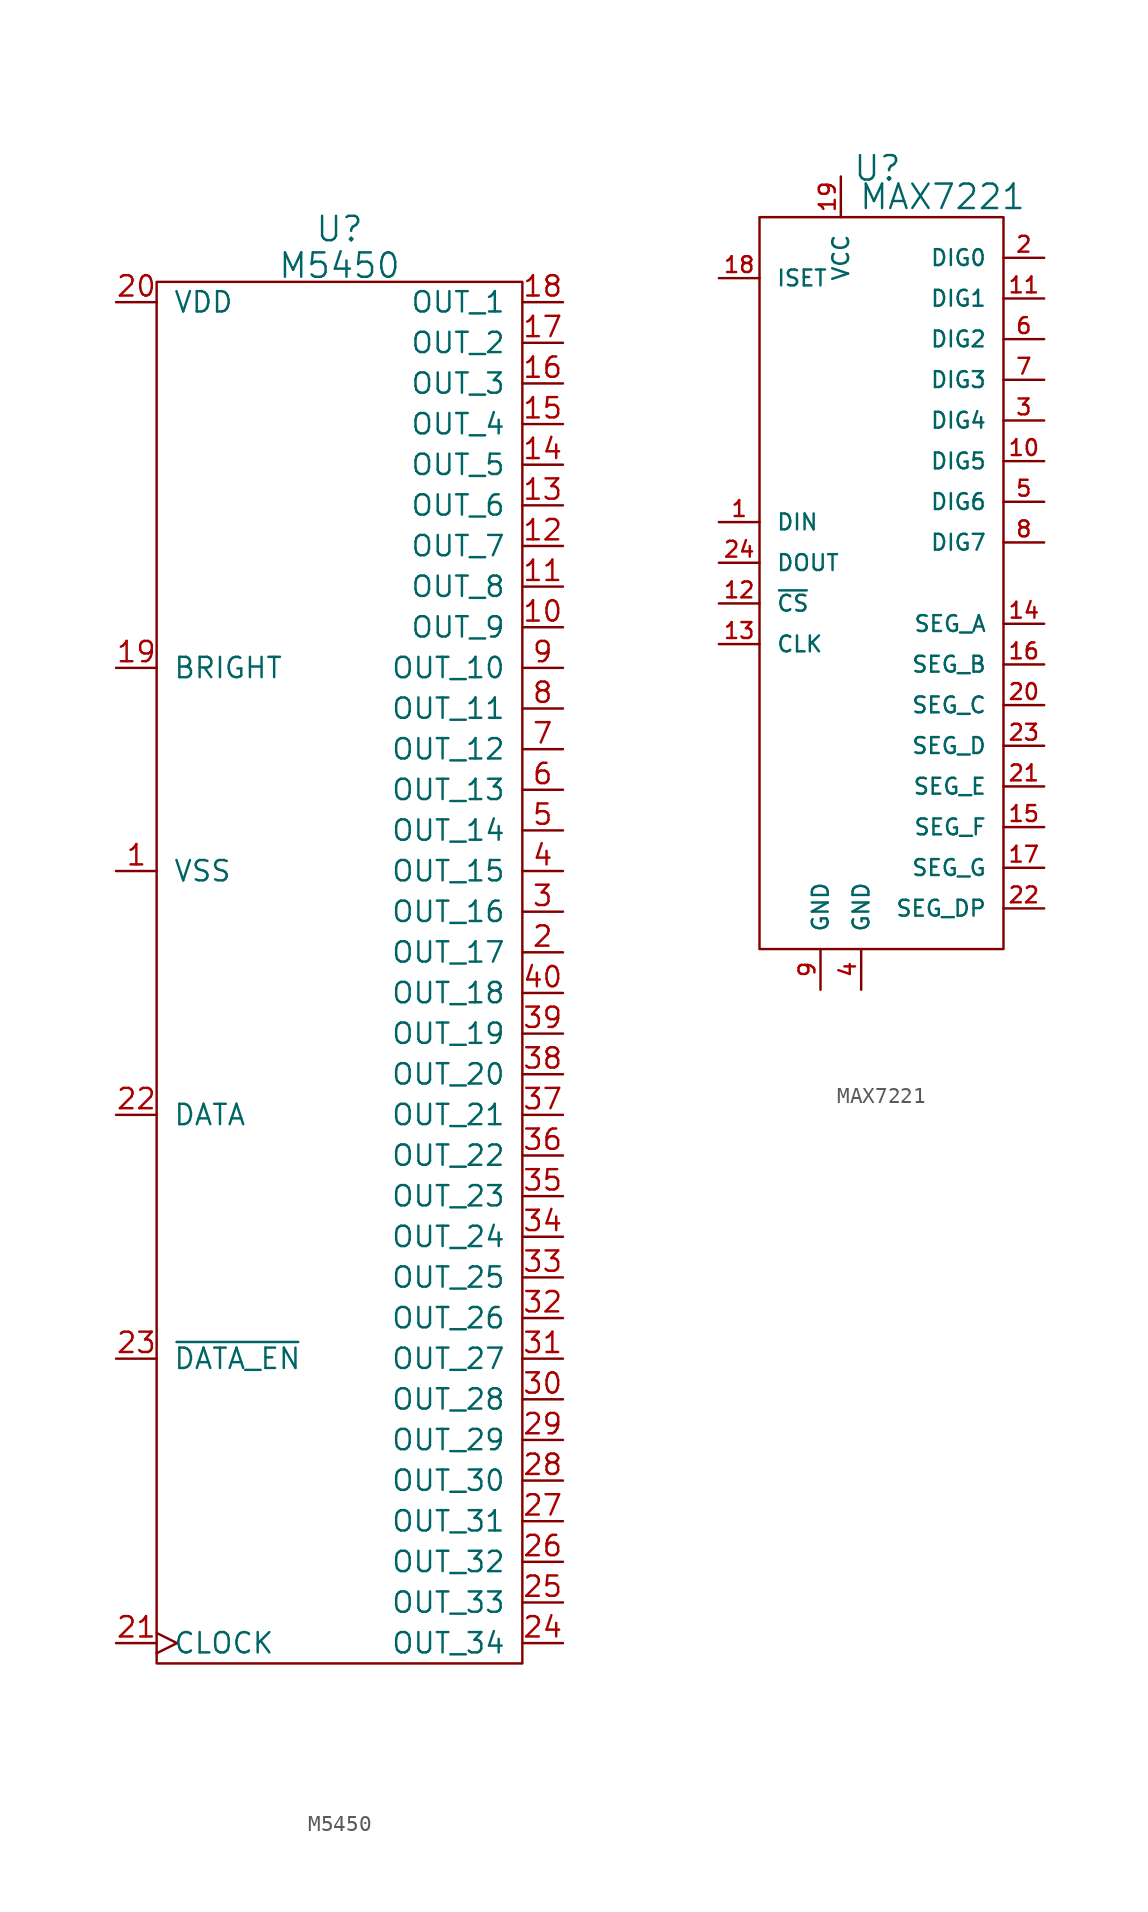
<source format=kicad_sym>
(kicad_symbol_lib
  (version 20220914)
  (generator kicad_symbol_editor)
  (symbol "M5450"
    (pin_names
      (offset 1.016))
    (property "Reference" "U"
      (at 0 46.482 0)
      (effects (font (size 1.524 1.524))))
    (property "Value" "M5450"
      (at 0 44.196 0)
      (effects (font (size 1.524 1.524))))
    (property "Footprint" ""
      (at 0 0 0)
      (effects (font (size 1.524 1.524))))
    (property "Datasheet" ""
      (at 0 0 0)
      (effects (font (size 1.524 1.524))))
    (symbol "M5450_0_1"
      (rectangle (start 11.43 -43.18) (end -11.43 43.18) (stroke (width 0) (type solid)) (fill (type none))))
    (symbol "M5450_1_1"
      (pin passive line (at -13.97 6.35 0) (length 2.54) (name "VSS" (effects (font (size 1.27 1.27)))) (number "1" (effects (font (size 1.27 1.27)))))
      (pin passive line (at 13.97 21.59 180) (length 2.54) (name "OUT_9" (effects (font (size 1.27 1.27)))) (number "10" (effects (font (size 1.27 1.27)))))
      (pin passive line (at 13.97 24.13 180) (length 2.54) (name "OUT_8" (effects (font (size 1.27 1.27)))) (number "11" (effects (font (size 1.27 1.27)))))
      (pin passive line (at 13.97 26.67 180) (length 2.54) (name "OUT_7" (effects (font (size 1.27 1.27)))) (number "12" (effects (font (size 1.27 1.27)))))
      (pin passive line (at 13.97 29.21 180) (length 2.54) (name "OUT_6" (effects (font (size 1.27 1.27)))) (number "13" (effects (font (size 1.27 1.27)))))
      (pin passive line (at 13.97 31.75 180) (length 2.54) (name "OUT_5" (effects (font (size 1.27 1.27)))) (number "14" (effects (font (size 1.27 1.27)))))
      (pin passive line (at 13.97 34.29 180) (length 2.54) (name "OUT_4" (effects (font (size 1.27 1.27)))) (number "15" (effects (font (size 1.27 1.27)))))
      (pin passive line (at 13.97 36.83 180) (length 2.54) (name "OUT_3" (effects (font (size 1.27 1.27)))) (number "16" (effects (font (size 1.27 1.27)))))
      (pin passive line (at 13.97 39.37 180) (length 2.54) (name "OUT_2" (effects (font (size 1.27 1.27)))) (number "17" (effects (font (size 1.27 1.27)))))
      (pin passive line (at 13.97 41.91 180) (length 2.54) (name "OUT_1" (effects (font (size 1.27 1.27)))) (number "18" (effects (font (size 1.27 1.27)))))
      (pin passive line (at -13.97 19.05 0) (length 2.54) (name "BRIGHT" (effects (font (size 1.27 1.27)))) (number "19" (effects (font (size 1.27 1.27)))))
      (pin passive line (at 13.97 1.27 180) (length 2.54) (name "OUT_17" (effects (font (size 1.27 1.27)))) (number "2" (effects (font (size 1.27 1.27)))))
      (pin passive line (at -13.97 41.91 0) (length 2.54) (name "VDD" (effects (font (size 1.27 1.27)))) (number "20" (effects (font (size 1.27 1.27)))))
      (pin passive clock (at -13.97 -41.91 0) (length 2.54) (name "CLOCK" (effects (font (size 1.27 1.27)))) (number "21" (effects (font (size 1.27 1.27)))))
      (pin passive line (at -13.97 -8.89 0) (length 2.54) (name "DATA" (effects (font (size 1.27 1.27)))) (number "22" (effects (font (size 1.27 1.27)))))
      (pin passive line (at -13.97 -24.13 0) (length 2.54) (name "~{DATA_EN}" (effects (font (size 1.27 1.27)))) (number "23" (effects (font (size 1.27 1.27)))))
      (pin passive line (at 13.97 -41.91 180) (length 2.54) (name "OUT_34" (effects (font (size 1.27 1.27)))) (number "24" (effects (font (size 1.27 1.27)))))
      (pin passive line (at 13.97 -39.37 180) (length 2.54) (name "OUT_33" (effects (font (size 1.27 1.27)))) (number "25" (effects (font (size 1.27 1.27)))))
      (pin passive line (at 13.97 -36.83 180) (length 2.54) (name "OUT_32" (effects (font (size 1.27 1.27)))) (number "26" (effects (font (size 1.27 1.27)))))
      (pin passive line (at 13.97 -34.29 180) (length 2.54) (name "OUT_31" (effects (font (size 1.27 1.27)))) (number "27" (effects (font (size 1.27 1.27)))))
      (pin passive line (at 13.97 -31.75 180) (length 2.54) (name "OUT_30" (effects (font (size 1.27 1.27)))) (number "28" (effects (font (size 1.27 1.27)))))
      (pin passive line (at 13.97 -29.21 180) (length 2.54) (name "OUT_29" (effects (font (size 1.27 1.27)))) (number "29" (effects (font (size 1.27 1.27)))))
      (pin passive line (at 13.97 3.81 180) (length 2.54) (name "OUT_16" (effects (font (size 1.27 1.27)))) (number "3" (effects (font (size 1.27 1.27)))))
      (pin passive line (at 13.97 -26.67 180) (length 2.54) (name "OUT_28" (effects (font (size 1.27 1.27)))) (number "30" (effects (font (size 1.27 1.27)))))
      (pin passive line (at 13.97 -24.13 180) (length 2.54) (name "OUT_27" (effects (font (size 1.27 1.27)))) (number "31" (effects (font (size 1.27 1.27)))))
      (pin passive line (at 13.97 -21.59 180) (length 2.54) (name "OUT_26" (effects (font (size 1.27 1.27)))) (number "32" (effects (font (size 1.27 1.27)))))
      (pin passive line (at 13.97 -19.05 180) (length 2.54) (name "OUT_25" (effects (font (size 1.27 1.27)))) (number "33" (effects (font (size 1.27 1.27)))))
      (pin passive line (at 13.97 -16.51 180) (length 2.54) (name "OUT_24" (effects (font (size 1.27 1.27)))) (number "34" (effects (font (size 1.27 1.27)))))
      (pin passive line (at 13.97 -13.97 180) (length 2.54) (name "OUT_23" (effects (font (size 1.27 1.27)))) (number "35" (effects (font (size 1.27 1.27)))))
      (pin passive line (at 13.97 -11.43 180) (length 2.54) (name "OUT_22" (effects (font (size 1.27 1.27)))) (number "36" (effects (font (size 1.27 1.27)))))
      (pin passive line (at 13.97 -8.89 180) (length 2.54) (name "OUT_21" (effects (font (size 1.27 1.27)))) (number "37" (effects (font (size 1.27 1.27)))))
      (pin passive line (at 13.97 -6.35 180) (length 2.54) (name "OUT_20" (effects (font (size 1.27 1.27)))) (number "38" (effects (font (size 1.27 1.27)))))
      (pin passive line (at 13.97 -3.81 180) (length 2.54) (name "OUT_19" (effects (font (size 1.27 1.27)))) (number "39" (effects (font (size 1.27 1.27)))))
      (pin passive line (at 13.97 6.35 180) (length 2.54) (name "OUT_15" (effects (font (size 1.27 1.27)))) (number "4" (effects (font (size 1.27 1.27)))))
      (pin passive line (at 13.97 -1.27 180) (length 2.54) (name "OUT_18" (effects (font (size 1.27 1.27)))) (number "40" (effects (font (size 1.27 1.27)))))
      (pin passive line (at 13.97 8.89 180) (length 2.54) (name "OUT_14" (effects (font (size 1.27 1.27)))) (number "5" (effects (font (size 1.27 1.27)))))
      (pin passive line (at 13.97 11.43 180) (length 2.54) (name "OUT_13" (effects (font (size 1.27 1.27)))) (number "6" (effects (font (size 1.27 1.27)))))
      (pin passive line (at 13.97 13.97 180) (length 2.54) (name "OUT_12" (effects (font (size 1.27 1.27)))) (number "7" (effects (font (size 1.27 1.27)))))
      (pin passive line (at 13.97 16.51 180) (length 2.54) (name "OUT_11" (effects (font (size 1.27 1.27)))) (number "8" (effects (font (size 1.27 1.27)))))
      (pin passive line (at 13.97 19.05 180) (length 2.54) (name "OUT_10" (effects (font (size 1.27 1.27)))) (number "9" (effects (font (size 1.27 1.27)))))))
  (symbol "MAX7221"
    (pin_names
      (offset 1.016))
    (property "Reference" "U"
      (at -0.254 25.908 0)
      (effects (font (size 1.524 1.524))))
    (property "Value" "MAX7221"
      (at 3.81 24.13 0)
      (effects (font (size 1.524 1.524))))
    (property "Footprint" ""
      (at -2.54 0 0)
      (effects (font (size 1.524 1.524))))
    (property "Datasheet" ""
      (at 0 0 0)
      (effects (font (size 1.524 1.524))))
    (symbol "MAX7221_0_1"
      (rectangle (start -7.62 22.86) (end 7.62 -22.86) (stroke (width 0) (type solid)) (fill (type none))))
    (symbol "MAX7221_1_1"
      (pin passive line (at -10.16 3.81 0) (length 2.54) (name "DIN" (effects (font (size 0.991 0.991)))) (number "1" (effects (font (size 0.991 0.991)))))
      (pin passive line (at 10.16 7.62 180) (length 2.54) (name "DIG5" (effects (font (size 0.991 0.991)))) (number "10" (effects (font (size 0.991 0.991)))))
      (pin passive line (at 10.16 17.78 180) (length 2.54) (name "DIG1" (effects (font (size 0.991 0.991)))) (number "11" (effects (font (size 0.991 0.991)))))
      (pin passive line (at -10.16 -1.27 0) (length 2.54) (name "~{CS}" (effects (font (size 0.991 0.991)))) (number "12" (effects (font (size 0.991 0.991)))))
      (pin passive line (at -10.16 -3.81 0) (length 2.54) (name "CLK" (effects (font (size 0.991 0.991)))) (number "13" (effects (font (size 0.991 0.991)))))
      (pin passive line (at 10.16 -2.54 180) (length 2.54) (name "SEG_A" (effects (font (size 0.991 0.991)))) (number "14" (effects (font (size 0.991 0.991)))))
      (pin passive line (at 10.16 -15.24 180) (length 2.54) (name "SEG_F" (effects (font (size 0.991 0.991)))) (number "15" (effects (font (size 0.991 0.991)))))
      (pin passive line (at 10.16 -5.08 180) (length 2.54) (name "SEG_B" (effects (font (size 0.991 0.991)))) (number "16" (effects (font (size 0.991 0.991)))))
      (pin passive line (at 10.16 -17.78 180) (length 2.54) (name "SEG_G" (effects (font (size 0.991 0.991)))) (number "17" (effects (font (size 0.991 0.991)))))
      (pin passive line (at -10.16 19.05 0) (length 2.54) (name "ISET" (effects (font (size 0.991 0.991)))) (number "18" (effects (font (size 0.991 0.991)))))
      (pin passive line (at -2.54 25.4 270) (length 2.54) (name "VCC" (effects (font (size 0.991 0.991)))) (number "19" (effects (font (size 0.991 0.991)))))
      (pin passive line (at 10.16 20.32 180) (length 2.54) (name "DIG0" (effects (font (size 0.991 0.991)))) (number "2" (effects (font (size 0.991 0.991)))))
      (pin passive line (at 10.16 -7.62 180) (length 2.54) (name "SEG_C" (effects (font (size 0.991 0.991)))) (number "20" (effects (font (size 0.991 0.991)))))
      (pin passive line (at 10.16 -12.7 180) (length 2.54) (name "SEG_E" (effects (font (size 0.991 0.991)))) (number "21" (effects (font (size 0.991 0.991)))))
      (pin passive line (at 10.16 -20.32 180) (length 2.54) (name "SEG_DP" (effects (font (size 0.991 0.991)))) (number "22" (effects (font (size 0.991 0.991)))))
      (pin passive line (at 10.16 -10.16 180) (length 2.54) (name "SEG_D" (effects (font (size 0.991 0.991)))) (number "23" (effects (font (size 0.991 0.991)))))
      (pin passive line (at -10.16 1.27 0) (length 2.54) (name "DOUT" (effects (font (size 0.991 0.991)))) (number "24" (effects (font (size 0.991 0.991)))))
      (pin passive line (at 10.16 10.16 180) (length 2.54) (name "DIG4" (effects (font (size 0.991 0.991)))) (number "3" (effects (font (size 0.991 0.991)))))
      (pin passive line (at -1.27 -25.4 90) (length 2.54) (name "GND" (effects (font (size 0.991 0.991)))) (number "4" (effects (font (size 0.991 0.991)))))
      (pin passive line (at 10.16 5.08 180) (length 2.54) (name "DIG6" (effects (font (size 0.991 0.991)))) (number "5" (effects (font (size 0.991 0.991)))))
      (pin passive line (at 10.16 15.24 180) (length 2.54) (name "DIG2" (effects (font (size 0.991 0.991)))) (number "6" (effects (font (size 0.991 0.991)))))
      (pin passive line (at 10.16 12.7 180) (length 2.54) (name "DIG3" (effects (font (size 0.991 0.991)))) (number "7" (effects (font (size 0.991 0.991)))))
      (pin passive line (at 10.16 2.54 180) (length 2.54) (name "DIG7" (effects (font (size 0.991 0.991)))) (number "8" (effects (font (size 0.991 0.991)))))
      (pin passive line (at -3.81 -25.4 90) (length 2.54) (name "GND" (effects (font (size 0.991 0.991)))) (number "9" (effects (font (size 0.991 0.991))))))))
</source>
